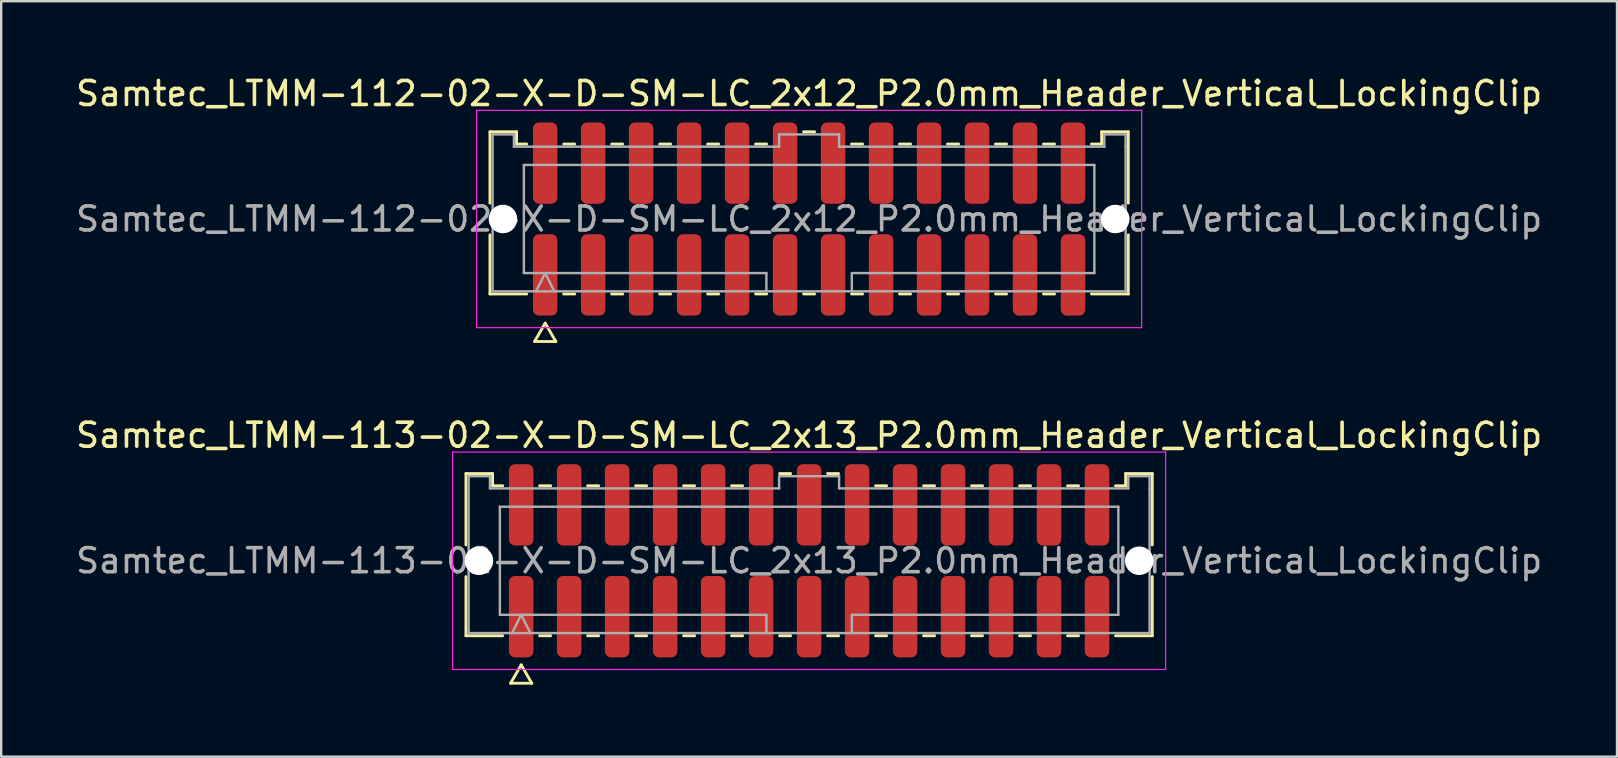
<source format=kicad_pcb>
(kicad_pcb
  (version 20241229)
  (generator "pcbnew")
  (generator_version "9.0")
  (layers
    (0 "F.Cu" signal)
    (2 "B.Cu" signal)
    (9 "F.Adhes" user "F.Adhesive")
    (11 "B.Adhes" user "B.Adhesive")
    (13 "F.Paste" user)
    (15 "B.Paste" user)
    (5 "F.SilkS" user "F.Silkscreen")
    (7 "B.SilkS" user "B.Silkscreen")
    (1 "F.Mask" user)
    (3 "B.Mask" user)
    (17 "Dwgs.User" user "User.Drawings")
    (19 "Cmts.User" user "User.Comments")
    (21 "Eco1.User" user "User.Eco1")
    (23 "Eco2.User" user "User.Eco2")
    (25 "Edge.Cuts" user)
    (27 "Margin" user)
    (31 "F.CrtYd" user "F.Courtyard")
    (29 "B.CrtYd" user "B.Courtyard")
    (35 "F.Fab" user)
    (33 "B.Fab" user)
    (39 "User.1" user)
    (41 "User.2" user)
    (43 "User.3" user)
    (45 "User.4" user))
  (footprint "Samtec_LTMM-112-02-X-D-SM-LC_2x12_P2.0mm_Header_Vertical_LockingClip"
    (layer "F.Cu")
    (at 30.673 6.078)
    (property "Reference" "Samtec_LTMM-112-02-X-D-SM-LC_2x12_P2.0mm_Header_Vertical_LockingClip" (at 0 -5.23 0) (layer "F.SilkS") (effects (font (size 1 1) (thickness 0.15))))
    (attr smd)
    (fp_line (start -13.302 -3.635) (end -12.193 -3.635) (stroke (width 0.12) (type solid)) (layer "F.SilkS"))
    (fp_line (start -13.302 -0.662) (end -13.302 -3.635) (stroke (width 0.12) (type solid)) (layer "F.SilkS"))
    (fp_line (start -13.302 3.125) (end -13.302 0.662) (stroke (width 0.12) (type solid)) (layer "F.SilkS"))
    (fp_line (start -12.193 -3.635) (end -12.193 -3.125) (stroke (width 0.12) (type solid)) (layer "F.SilkS"))
    (fp_line (start -12.193 -3.125) (end -11.77 -3.125) (stroke (width 0.12) (type solid)) (layer "F.SilkS"))
    (fp_line (start -11.77 3.125) (end -13.302 3.125) (stroke (width 0.12) (type solid)) (layer "F.SilkS"))
    (fp_line (start -11.442 5.105) (end -11 4.34) (stroke (width 0.12) (type solid)) (layer "F.SilkS"))
    (fp_line (start -11 4.34) (end -10.558 5.105) (stroke (width 0.12) (type solid)) (layer "F.SilkS"))
    (fp_line (start -10.558 5.105) (end -11.442 5.105) (stroke (width 0.12) (type solid)) (layer "F.SilkS"))
    (fp_line (start -10.23 -3.125) (end -9.77 -3.125) (stroke (width 0.12) (type solid)) (layer "F.SilkS"))
    (fp_line (start -9.77 3.125) (end -10.23 3.125) (stroke (width 0.12) (type solid)) (layer "F.SilkS"))
    (fp_line (start -8.23 -3.125) (end -7.77 -3.125) (stroke (width 0.12) (type solid)) (layer "F.SilkS"))
    (fp_line (start -7.77 3.125) (end -8.23 3.125) (stroke (width 0.12) (type solid)) (layer "F.SilkS"))
    (fp_line (start -6.23 -3.125) (end -5.77 -3.125) (stroke (width 0.12) (type solid)) (layer "F.SilkS"))
    (fp_line (start -5.77 3.125) (end -6.23 3.125) (stroke (width 0.12) (type solid)) (layer "F.SilkS"))
    (fp_line (start -4.23 -3.125) (end -3.77 -3.125) (stroke (width 0.12) (type solid)) (layer "F.SilkS"))
    (fp_line (start -3.77 3.125) (end -4.23 3.125) (stroke (width 0.12) (type solid)) (layer "F.SilkS"))
    (fp_line (start -2.23 -3.125) (end -1.77 -3.125) (stroke (width 0.12) (type solid)) (layer "F.SilkS"))
    (fp_line (start -1.77 3.125) (end -2.23 3.125) (stroke (width 0.12) (type solid)) (layer "F.SilkS"))
    (fp_line (start -0.23 -3.635) (end 0.23 -3.635) (stroke (width 0.12) (type solid)) (layer "F.SilkS"))
    (fp_line (start 0.23 3.125) (end -0.23 3.125) (stroke (width 0.12) (type solid)) (layer "F.SilkS"))
    (fp_line (start 1.77 -3.125) (end 2.23 -3.125) (stroke (width 0.12) (type solid)) (layer "F.SilkS"))
    (fp_line (start 2.23 3.125) (end 1.77 3.125) (stroke (width 0.12) (type solid)) (layer "F.SilkS"))
    (fp_line (start 3.77 -3.125) (end 4.23 -3.125) (stroke (width 0.12) (type solid)) (layer "F.SilkS"))
    (fp_line (start 4.23 3.125) (end 3.77 3.125) (stroke (width 0.12) (type solid)) (layer "F.SilkS"))
    (fp_line (start 5.77 -3.125) (end 6.23 -3.125) (stroke (width 0.12) (type solid)) (layer "F.SilkS"))
    (fp_line (start 6.23 3.125) (end 5.77 3.125) (stroke (width 0.12) (type solid)) (layer "F.SilkS"))
    (fp_line (start 7.77 -3.125) (end 8.23 -3.125) (stroke (width 0.12) (type solid)) (layer "F.SilkS"))
    (fp_line (start 8.23 3.125) (end 7.77 3.125) (stroke (width 0.12) (type solid)) (layer "F.SilkS"))
    (fp_line (start 9.77 -3.125) (end 10.23 -3.125) (stroke (width 0.12) (type solid)) (layer "F.SilkS"))
    (fp_line (start 10.23 3.125) (end 9.77 3.125) (stroke (width 0.12) (type solid)) (layer "F.SilkS"))
    (fp_line (start 11.77 -3.125) (end 12.193 -3.125) (stroke (width 0.12) (type solid)) (layer "F.SilkS"))
    (fp_line (start 12.193 -3.635) (end 13.302 -3.635) (stroke (width 0.12) (type solid)) (layer "F.SilkS"))
    (fp_line (start 12.193 -3.125) (end 12.193 -3.635) (stroke (width 0.12) (type solid)) (layer "F.SilkS"))
    (fp_line (start 13.302 -3.635) (end 13.302 -0.662) (stroke (width 0.12) (type solid)) (layer "F.SilkS"))
    (fp_line (start 13.302 0.662) (end 13.302 3.125) (stroke (width 0.12) (type solid)) (layer "F.SilkS"))
    (fp_line (start 13.302 3.125) (end 11.77 3.125) (stroke (width 0.12) (type solid)) (layer "F.SilkS"))
    (fp_line (start -13.86 -4.53) (end -13.86 4.53) (stroke (width 0.05) (type solid)) (layer "F.CrtYd"))
    (fp_line (start -13.86 4.53) (end 13.86 4.53) (stroke (width 0.05) (type solid)) (layer "F.CrtYd"))
    (fp_line (start 13.86 -4.53) (end -13.86 -4.53) (stroke (width 0.05) (type solid)) (layer "F.CrtYd"))
    (fp_line (start 13.86 4.53) (end 13.86 -4.53) (stroke (width 0.05) (type solid)) (layer "F.CrtYd"))
    (fp_line (start -13.191 -3.525) (end -12.303 -3.525) (stroke (width 0.1) (type solid)) (layer "F.Fab"))
    (fp_line (start -13.191 3.015) (end -13.191 -3.525) (stroke (width 0.1) (type solid)) (layer "F.Fab"))
    (fp_line (start -12.303 -3.525) (end -12.303 -3.015) (stroke (width 0.1) (type solid)) (layer "F.Fab"))
    (fp_line (start -12.303 -3.015) (end -1.25 -3.015) (stroke (width 0.1) (type solid)) (layer "F.Fab"))
    (fp_line (start -11.889 -2.253) (end 11.889 -2.253) (stroke (width 0.1) (type solid)) (layer "F.Fab"))
    (fp_line (start -11.889 2.253) (end -11.889 -2.253) (stroke (width 0.1) (type solid)) (layer "F.Fab"))
    (fp_line (start -11.381 3.015) (end -11 2.253) (stroke (width 0.1) (type solid)) (layer "F.Fab"))
    (fp_line (start -11 2.253) (end -10.619 3.015) (stroke (width 0.1) (type solid)) (layer "F.Fab"))
    (fp_line (start -1.78 2.253) (end -11.889 2.253) (stroke (width 0.1) (type solid)) (layer "F.Fab"))
    (fp_line (start -1.78 3.015) (end -1.78 2.253) (stroke (width 0.1) (type solid)) (layer "F.Fab"))
    (fp_line (start -1.25 -3.525) (end 1.25 -3.525) (stroke (width 0.1) (type solid)) (layer "F.Fab"))
    (fp_line (start -1.25 -3.015) (end -1.25 -3.525) (stroke (width 0.1) (type solid)) (layer "F.Fab"))
    (fp_line (start 1.25 -3.525) (end 1.25 -3.015) (stroke (width 0.1) (type solid)) (layer "F.Fab"))
    (fp_line (start 1.25 -3.015) (end 12.303 -3.015) (stroke (width 0.1) (type solid)) (layer "F.Fab"))
    (fp_line (start 1.78 2.253) (end 1.78 3.015) (stroke (width 0.1) (type solid)) (layer "F.Fab"))
    (fp_line (start 11.889 -2.253) (end 11.889 2.253) (stroke (width 0.1) (type solid)) (layer "F.Fab"))
    (fp_line (start 11.889 2.253) (end 1.78 2.253) (stroke (width 0.1) (type solid)) (layer "F.Fab"))
    (fp_line (start 12.303 -3.525) (end 13.191 -3.525) (stroke (width 0.1) (type solid)) (layer "F.Fab"))
    (fp_line (start 12.303 -3.015) (end 12.303 -3.525) (stroke (width 0.1) (type solid)) (layer "F.Fab"))
    (fp_line (start 13.191 -3.525) (end 13.191 -3.015) (stroke (width 0.1) (type solid)) (layer "F.Fab"))
    (fp_line (start 13.191 -3.015) (end 13.191 3.015) (stroke (width 0.1) (type solid)) (layer "F.Fab"))
    (fp_line (start 13.191 3.015) (end -13.191 3.015) (stroke (width 0.1) (type solid)) (layer "F.Fab"))
    (fp_text user "${REFERENCE}" (at 0 0 0) (layer "F.Fab") (effects (font (size 1 1) (thickness 0.15))))
    (pad "" np_thru_hole circle (at -12.76 0) (size 1.19 1.19) (drill 1.19) (layers "*.Cu" "*.Mask"))
    (pad "" np_thru_hole circle (at 12.76 0) (size 1.19 1.19) (drill 1.19) (layers "*.Cu" "*.Mask"))
    (pad "1" smd roundrect (at -11 2.33) (size 1.02 3.39) (layers "F.Cu" "F.Mask" "F.Paste") (roundrect_rratio 0.245))
    (pad "2" smd roundrect (at -11 -2.33) (size 1.02 3.39) (layers "F.Cu" "F.Mask" "F.Paste") (roundrect_rratio 0.245))
    (pad "3" smd roundrect (at -9 2.33) (size 1.02 3.39) (layers "F.Cu" "F.Mask" "F.Paste") (roundrect_rratio 0.245))
    (pad "4" smd roundrect (at -9 -2.33) (size 1.02 3.39) (layers "F.Cu" "F.Mask" "F.Paste") (roundrect_rratio 0.245))
    (pad "5" smd roundrect (at -7 2.33) (size 1.02 3.39) (layers "F.Cu" "F.Mask" "F.Paste") (roundrect_rratio 0.245))
    (pad "6" smd roundrect (at -7 -2.33) (size 1.02 3.39) (layers "F.Cu" "F.Mask" "F.Paste") (roundrect_rratio 0.245))
    (pad "7" smd roundrect (at -5 2.33) (size 1.02 3.39) (layers "F.Cu" "F.Mask" "F.Paste") (roundrect_rratio 0.245))
    (pad "8" smd roundrect (at -5 -2.33) (size 1.02 3.39) (layers "F.Cu" "F.Mask" "F.Paste") (roundrect_rratio 0.245))
    (pad "9" smd roundrect (at -3 2.33) (size 1.02 3.39) (layers "F.Cu" "F.Mask" "F.Paste") (roundrect_rratio 0.245))
    (pad "10" smd roundrect (at -3 -2.33) (size 1.02 3.39) (layers "F.Cu" "F.Mask" "F.Paste") (roundrect_rratio 0.245))
    (pad "11" smd roundrect (at -1 2.33) (size 1.02 3.39) (layers "F.Cu" "F.Mask" "F.Paste") (roundrect_rratio 0.245))
    (pad "12" smd roundrect (at -1 -2.33) (size 1.02 3.39) (layers "F.Cu" "F.Mask" "F.Paste") (roundrect_rratio 0.245))
    (pad "13" smd roundrect (at 1 2.33) (size 1.02 3.39) (layers "F.Cu" "F.Mask" "F.Paste") (roundrect_rratio 0.245))
    (pad "14" smd roundrect (at 1 -2.33) (size 1.02 3.39) (layers "F.Cu" "F.Mask" "F.Paste") (roundrect_rratio 0.245))
    (pad "15" smd roundrect (at 3 2.33) (size 1.02 3.39) (layers "F.Cu" "F.Mask" "F.Paste") (roundrect_rratio 0.245))
    (pad "16" smd roundrect (at 3 -2.33) (size 1.02 3.39) (layers "F.Cu" "F.Mask" "F.Paste") (roundrect_rratio 0.245))
    (pad "17" smd roundrect (at 5 2.33) (size 1.02 3.39) (layers "F.Cu" "F.Mask" "F.Paste") (roundrect_rratio 0.245))
    (pad "18" smd roundrect (at 5 -2.33) (size 1.02 3.39) (layers "F.Cu" "F.Mask" "F.Paste") (roundrect_rratio 0.245))
    (pad "19" smd roundrect (at 7 2.33) (size 1.02 3.39) (layers "F.Cu" "F.Mask" "F.Paste") (roundrect_rratio 0.245))
    (pad "20" smd roundrect (at 7 -2.33) (size 1.02 3.39) (layers "F.Cu" "F.Mask" "F.Paste") (roundrect_rratio 0.245))
    (pad "21" smd roundrect (at 9 2.33) (size 1.02 3.39) (layers "F.Cu" "F.Mask" "F.Paste") (roundrect_rratio 0.245))
    (pad "22" smd roundrect (at 9 -2.33) (size 1.02 3.39) (layers "F.Cu" "F.Mask" "F.Paste") (roundrect_rratio 0.245))
    (pad "23" smd roundrect (at 11 2.33) (size 1.02 3.39) (layers "F.Cu" "F.Mask" "F.Paste") (roundrect_rratio 0.245))
    (pad "24" smd roundrect (at 11 -2.33) (size 1.02 3.39) (layers "F.Cu" "F.Mask" "F.Paste") (roundrect_rratio 0.245)))
  (footprint "Samtec_LTMM-113-02-X-D-SM-LC_2x13_P2.0mm_Header_Vertical_LockingClip"
    (layer "F.Cu")
    (at 30.673 20.322)
    (property "Reference" "Samtec_LTMM-113-02-X-D-SM-LC_2x13_P2.0mm_Header_Vertical_LockingClip" (at 0 -5.23 0) (layer "F.SilkS") (effects (font (size 1 1) (thickness 0.15))))
    (attr smd)
    (fp_line (start -14.302 -3.635) (end -13.193 -3.635) (stroke (width 0.12) (type solid)) (layer "F.SilkS"))
    (fp_line (start -14.302 -0.662) (end -14.302 -3.635) (stroke (width 0.12) (type solid)) (layer "F.SilkS"))
    (fp_line (start -14.302 3.125) (end -14.302 0.662) (stroke (width 0.12) (type solid)) (layer "F.SilkS"))
    (fp_line (start -13.193 -3.635) (end -13.193 -3.125) (stroke (width 0.12) (type solid)) (layer "F.SilkS"))
    (fp_line (start -13.193 -3.125) (end -12.77 -3.125) (stroke (width 0.12) (type solid)) (layer "F.SilkS"))
    (fp_line (start -12.77 3.125) (end -14.302 3.125) (stroke (width 0.12) (type solid)) (layer "F.SilkS"))
    (fp_line (start -12.442 5.105) (end -12 4.34) (stroke (width 0.12) (type solid)) (layer "F.SilkS"))
    (fp_line (start -12 4.34) (end -11.558 5.105) (stroke (width 0.12) (type solid)) (layer "F.SilkS"))
    (fp_line (start -11.558 5.105) (end -12.442 5.105) (stroke (width 0.12) (type solid)) (layer "F.SilkS"))
    (fp_line (start -11.23 -3.125) (end -10.77 -3.125) (stroke (width 0.12) (type solid)) (layer "F.SilkS"))
    (fp_line (start -10.77 3.125) (end -11.23 3.125) (stroke (width 0.12) (type solid)) (layer "F.SilkS"))
    (fp_line (start -9.23 -3.125) (end -8.77 -3.125) (stroke (width 0.12) (type solid)) (layer "F.SilkS"))
    (fp_line (start -8.77 3.125) (end -9.23 3.125) (stroke (width 0.12) (type solid)) (layer "F.SilkS"))
    (fp_line (start -7.23 -3.125) (end -6.77 -3.125) (stroke (width 0.12) (type solid)) (layer "F.SilkS"))
    (fp_line (start -6.77 3.125) (end -7.23 3.125) (stroke (width 0.12) (type solid)) (layer "F.SilkS"))
    (fp_line (start -5.23 -3.125) (end -4.77 -3.125) (stroke (width 0.12) (type solid)) (layer "F.SilkS"))
    (fp_line (start -4.77 3.125) (end -5.23 3.125) (stroke (width 0.12) (type solid)) (layer "F.SilkS"))
    (fp_line (start -3.23 -3.125) (end -2.77 -3.125) (stroke (width 0.12) (type solid)) (layer "F.SilkS"))
    (fp_line (start -2.77 3.125) (end -3.23 3.125) (stroke (width 0.12) (type solid)) (layer "F.SilkS"))
    (fp_line (start -1.23 -3.635) (end -0.77 -3.635) (stroke (width 0.12) (type solid)) (layer "F.SilkS"))
    (fp_line (start -0.77 3.125) (end -1.23 3.125) (stroke (width 0.12) (type solid)) (layer "F.SilkS"))
    (fp_line (start 0.77 -3.635) (end 1.23 -3.635) (stroke (width 0.12) (type solid)) (layer "F.SilkS"))
    (fp_line (start 1.23 3.125) (end 0.77 3.125) (stroke (width 0.12) (type solid)) (layer "F.SilkS"))
    (fp_line (start 2.77 -3.125) (end 3.23 -3.125) (stroke (width 0.12) (type solid)) (layer "F.SilkS"))
    (fp_line (start 3.23 3.125) (end 2.77 3.125) (stroke (width 0.12) (type solid)) (layer "F.SilkS"))
    (fp_line (start 4.77 -3.125) (end 5.23 -3.125) (stroke (width 0.12) (type solid)) (layer "F.SilkS"))
    (fp_line (start 5.23 3.125) (end 4.77 3.125) (stroke (width 0.12) (type solid)) (layer "F.SilkS"))
    (fp_line (start 6.77 -3.125) (end 7.23 -3.125) (stroke (width 0.12) (type solid)) (layer "F.SilkS"))
    (fp_line (start 7.23 3.125) (end 6.77 3.125) (stroke (width 0.12) (type solid)) (layer "F.SilkS"))
    (fp_line (start 8.77 -3.125) (end 9.23 -3.125) (stroke (width 0.12) (type solid)) (layer "F.SilkS"))
    (fp_line (start 9.23 3.125) (end 8.77 3.125) (stroke (width 0.12) (type solid)) (layer "F.SilkS"))
    (fp_line (start 10.77 -3.125) (end 11.23 -3.125) (stroke (width 0.12) (type solid)) (layer "F.SilkS"))
    (fp_line (start 11.23 3.125) (end 10.77 3.125) (stroke (width 0.12) (type solid)) (layer "F.SilkS"))
    (fp_line (start 12.77 -3.125) (end 13.193 -3.125) (stroke (width 0.12) (type solid)) (layer "F.SilkS"))
    (fp_line (start 13.193 -3.635) (end 14.302 -3.635) (stroke (width 0.12) (type solid)) (layer "F.SilkS"))
    (fp_line (start 13.193 -3.125) (end 13.193 -3.635) (stroke (width 0.12) (type solid)) (layer "F.SilkS"))
    (fp_line (start 14.302 -3.635) (end 14.302 -0.662) (stroke (width 0.12) (type solid)) (layer "F.SilkS"))
    (fp_line (start 14.302 0.662) (end 14.302 3.125) (stroke (width 0.12) (type solid)) (layer "F.SilkS"))
    (fp_line (start 14.302 3.125) (end 12.77 3.125) (stroke (width 0.12) (type solid)) (layer "F.SilkS"))
    (fp_line (start -14.86 -4.53) (end -14.86 4.53) (stroke (width 0.05) (type solid)) (layer "F.CrtYd"))
    (fp_line (start -14.86 4.53) (end 14.86 4.53) (stroke (width 0.05) (type solid)) (layer "F.CrtYd"))
    (fp_line (start 14.86 -4.53) (end -14.86 -4.53) (stroke (width 0.05) (type solid)) (layer "F.CrtYd"))
    (fp_line (start 14.86 4.53) (end 14.86 -4.53) (stroke (width 0.05) (type solid)) (layer "F.CrtYd"))
    (fp_line (start -14.191 -3.525) (end -13.303 -3.525) (stroke (width 0.1) (type solid)) (layer "F.Fab"))
    (fp_line (start -14.191 3.015) (end -14.191 -3.525) (stroke (width 0.1) (type solid)) (layer "F.Fab"))
    (fp_line (start -13.303 -3.525) (end -13.303 -3.015) (stroke (width 0.1) (type solid)) (layer "F.Fab"))
    (fp_line (start -13.303 -3.015) (end -1.25 -3.015) (stroke (width 0.1) (type solid)) (layer "F.Fab"))
    (fp_line (start -12.889 -2.253) (end 12.889 -2.253) (stroke (width 0.1) (type solid)) (layer "F.Fab"))
    (fp_line (start -12.889 2.253) (end -12.889 -2.253) (stroke (width 0.1) (type solid)) (layer "F.Fab"))
    (fp_line (start -12.381 3.015) (end -12 2.253) (stroke (width 0.1) (type solid)) (layer "F.Fab"))
    (fp_line (start -12 2.253) (end -11.619 3.015) (stroke (width 0.1) (type solid)) (layer "F.Fab"))
    (fp_line (start -1.78 2.253) (end -12.889 2.253) (stroke (width 0.1) (type solid)) (layer "F.Fab"))
    (fp_line (start -1.78 3.015) (end -1.78 2.253) (stroke (width 0.1) (type solid)) (layer "F.Fab"))
    (fp_line (start -1.25 -3.525) (end 1.25 -3.525) (stroke (width 0.1) (type solid)) (layer "F.Fab"))
    (fp_line (start -1.25 -3.015) (end -1.25 -3.525) (stroke (width 0.1) (type solid)) (layer "F.Fab"))
    (fp_line (start 1.25 -3.525) (end 1.25 -3.015) (stroke (width 0.1) (type solid)) (layer "F.Fab"))
    (fp_line (start 1.25 -3.015) (end 13.303 -3.015) (stroke (width 0.1) (type solid)) (layer "F.Fab"))
    (fp_line (start 1.78 2.253) (end 1.78 3.015) (stroke (width 0.1) (type solid)) (layer "F.Fab"))
    (fp_line (start 12.889 -2.253) (end 12.889 2.253) (stroke (width 0.1) (type solid)) (layer "F.Fab"))
    (fp_line (start 12.889 2.253) (end 1.78 2.253) (stroke (width 0.1) (type solid)) (layer "F.Fab"))
    (fp_line (start 13.303 -3.525) (end 14.191 -3.525) (stroke (width 0.1) (type solid)) (layer "F.Fab"))
    (fp_line (start 13.303 -3.015) (end 13.303 -3.525) (stroke (width 0.1) (type solid)) (layer "F.Fab"))
    (fp_line (start 14.191 -3.525) (end 14.191 -3.015) (stroke (width 0.1) (type solid)) (layer "F.Fab"))
    (fp_line (start 14.191 -3.015) (end 14.191 3.015) (stroke (width 0.1) (type solid)) (layer "F.Fab"))
    (fp_line (start 14.191 3.015) (end -14.191 3.015) (stroke (width 0.1) (type solid)) (layer "F.Fab"))
    (fp_text user "${REFERENCE}" (at 0 0 0) (layer "F.Fab") (effects (font (size 1 1) (thickness 0.15))))
    (pad "" np_thru_hole circle (at -13.76 0) (size 1.19 1.19) (drill 1.19) (layers "*.Cu" "*.Mask"))
    (pad "" np_thru_hole circle (at 13.76 0) (size 1.19 1.19) (drill 1.19) (layers "*.Cu" "*.Mask"))
    (pad "1" smd roundrect (at -12 2.33) (size 1.02 3.39) (layers "F.Cu" "F.Mask" "F.Paste") (roundrect_rratio 0.245))
    (pad "2" smd roundrect (at -12 -2.33) (size 1.02 3.39) (layers "F.Cu" "F.Mask" "F.Paste") (roundrect_rratio 0.245))
    (pad "3" smd roundrect (at -10 2.33) (size 1.02 3.39) (layers "F.Cu" "F.Mask" "F.Paste") (roundrect_rratio 0.245))
    (pad "4" smd roundrect (at -10 -2.33) (size 1.02 3.39) (layers "F.Cu" "F.Mask" "F.Paste") (roundrect_rratio 0.245))
    (pad "5" smd roundrect (at -8 2.33) (size 1.02 3.39) (layers "F.Cu" "F.Mask" "F.Paste") (roundrect_rratio 0.245))
    (pad "6" smd roundrect (at -8 -2.33) (size 1.02 3.39) (layers "F.Cu" "F.Mask" "F.Paste") (roundrect_rratio 0.245))
    (pad "7" smd roundrect (at -6 2.33) (size 1.02 3.39) (layers "F.Cu" "F.Mask" "F.Paste") (roundrect_rratio 0.245))
    (pad "8" smd roundrect (at -6 -2.33) (size 1.02 3.39) (layers "F.Cu" "F.Mask" "F.Paste") (roundrect_rratio 0.245))
    (pad "9" smd roundrect (at -4 2.33) (size 1.02 3.39) (layers "F.Cu" "F.Mask" "F.Paste") (roundrect_rratio 0.245))
    (pad "10" smd roundrect (at -4 -2.33) (size 1.02 3.39) (layers "F.Cu" "F.Mask" "F.Paste") (roundrect_rratio 0.245))
    (pad "11" smd roundrect (at -2 2.33) (size 1.02 3.39) (layers "F.Cu" "F.Mask" "F.Paste") (roundrect_rratio 0.245))
    (pad "12" smd roundrect (at -2 -2.33) (size 1.02 3.39) (layers "F.Cu" "F.Mask" "F.Paste") (roundrect_rratio 0.245))
    (pad "13" smd roundrect (at 0 2.33) (size 1.02 3.39) (layers "F.Cu" "F.Mask" "F.Paste") (roundrect_rratio 0.245))
    (pad "14" smd roundrect (at 0 -2.33) (size 1.02 3.39) (layers "F.Cu" "F.Mask" "F.Paste") (roundrect_rratio 0.245))
    (pad "15" smd roundrect (at 2 2.33) (size 1.02 3.39) (layers "F.Cu" "F.Mask" "F.Paste") (roundrect_rratio 0.245))
    (pad "16" smd roundrect (at 2 -2.33) (size 1.02 3.39) (layers "F.Cu" "F.Mask" "F.Paste") (roundrect_rratio 0.245))
    (pad "17" smd roundrect (at 4 2.33) (size 1.02 3.39) (layers "F.Cu" "F.Mask" "F.Paste") (roundrect_rratio 0.245))
    (pad "18" smd roundrect (at 4 -2.33) (size 1.02 3.39) (layers "F.Cu" "F.Mask" "F.Paste") (roundrect_rratio 0.245))
    (pad "19" smd roundrect (at 6 2.33) (size 1.02 3.39) (layers "F.Cu" "F.Mask" "F.Paste") (roundrect_rratio 0.245))
    (pad "20" smd roundrect (at 6 -2.33) (size 1.02 3.39) (layers "F.Cu" "F.Mask" "F.Paste") (roundrect_rratio 0.245))
    (pad "21" smd roundrect (at 8 2.33) (size 1.02 3.39) (layers "F.Cu" "F.Mask" "F.Paste") (roundrect_rratio 0.245))
    (pad "22" smd roundrect (at 8 -2.33) (size 1.02 3.39) (layers "F.Cu" "F.Mask" "F.Paste") (roundrect_rratio 0.245))
    (pad "23" smd roundrect (at 10 2.33) (size 1.02 3.39) (layers "F.Cu" "F.Mask" "F.Paste") (roundrect_rratio 0.245))
    (pad "24" smd roundrect (at 10 -2.33) (size 1.02 3.39) (layers "F.Cu" "F.Mask" "F.Paste") (roundrect_rratio 0.245))
    (pad "25" smd roundrect (at 12 2.33) (size 1.02 3.39) (layers "F.Cu" "F.Mask" "F.Paste") (roundrect_rratio 0.245))
    (pad "26" smd roundrect (at 12 -2.33) (size 1.02 3.39) (layers "F.Cu" "F.Mask" "F.Paste") (roundrect_rratio 0.245)))
  (gr_rect
    (start -3 -3)
    (end 64.345 28.486)
    (stroke (width 0.1) (type default))
    (fill no)
    (layer "Edge.Cuts")))
</source>
